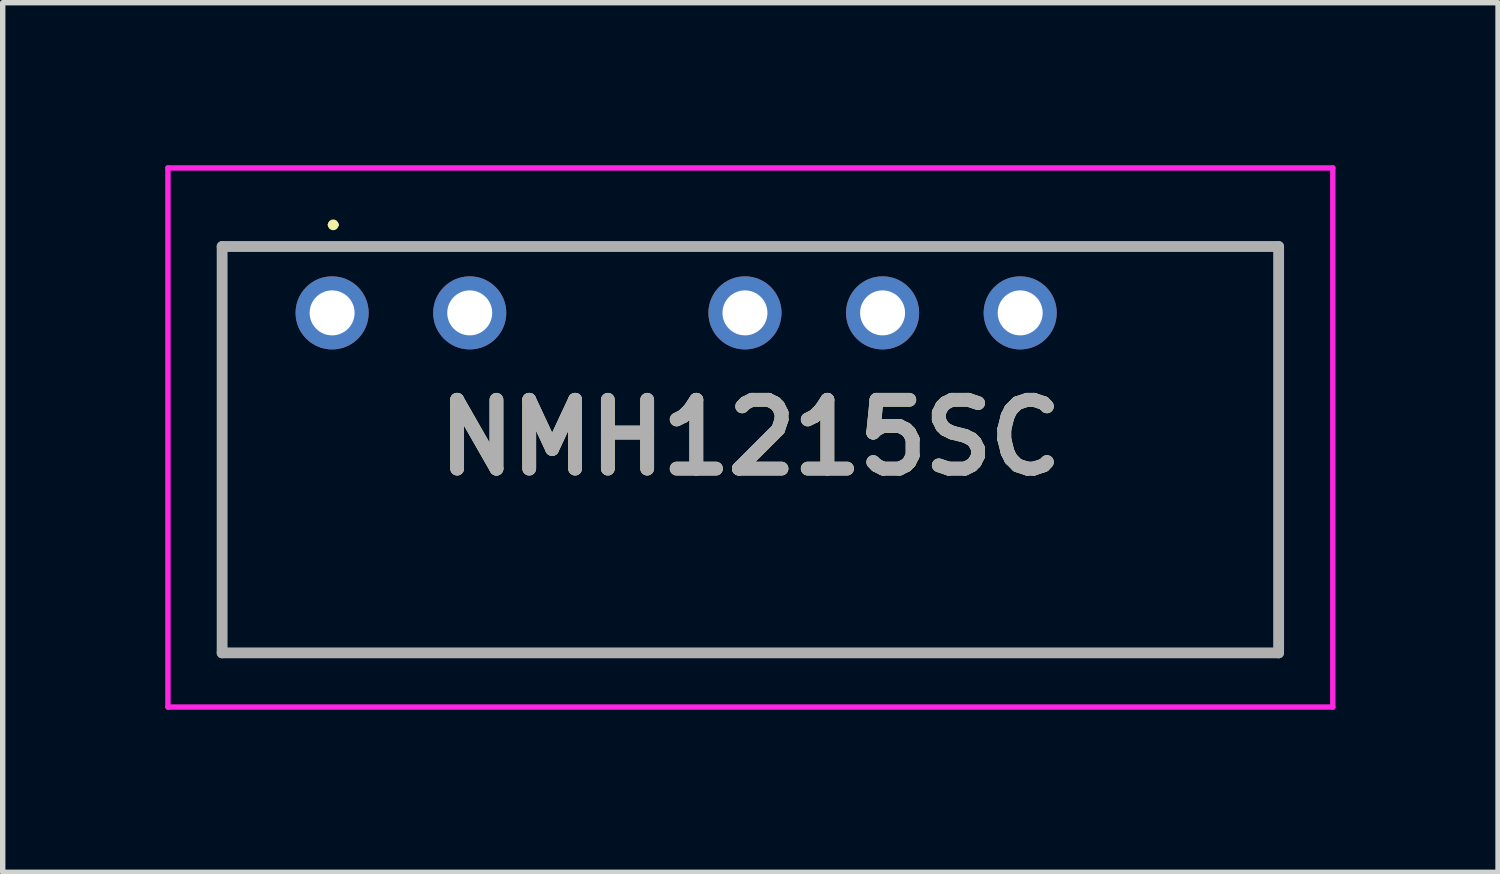
<source format=kicad_pcb>
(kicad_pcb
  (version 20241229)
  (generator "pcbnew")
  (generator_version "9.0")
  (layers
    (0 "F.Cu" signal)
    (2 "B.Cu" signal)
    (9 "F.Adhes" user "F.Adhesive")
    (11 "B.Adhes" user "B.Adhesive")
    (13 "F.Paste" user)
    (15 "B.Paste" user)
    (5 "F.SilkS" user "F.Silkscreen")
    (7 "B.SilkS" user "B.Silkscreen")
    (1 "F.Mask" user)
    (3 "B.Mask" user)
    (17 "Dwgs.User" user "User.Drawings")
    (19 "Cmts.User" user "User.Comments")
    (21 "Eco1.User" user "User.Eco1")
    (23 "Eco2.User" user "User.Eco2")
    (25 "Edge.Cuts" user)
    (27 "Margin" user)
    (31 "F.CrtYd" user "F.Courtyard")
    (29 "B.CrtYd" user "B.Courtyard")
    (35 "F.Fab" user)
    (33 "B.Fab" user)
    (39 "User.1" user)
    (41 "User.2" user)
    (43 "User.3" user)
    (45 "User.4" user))
  (footprint "NMH1215SC"
    (layer "F.Cu")
    (at 1.05 1.5)
    (property "Reference" "NMH1215SC" (at 9.75 3.525 0) (layer "F.SilkS") (effects (font (size 1.27 1.27) (thickness 0.254))))
    (attr through_hole)
    (fp_line (start 0 0) (end 19.5 0) (stroke (width 0.1) (type solid)) (layer "F.SilkS"))
    (fp_line (start 0 7.5) (end 0 0) (stroke (width 0.1) (type solid)) (layer "F.SilkS"))
    (fp_line (start 2 -0.4) (end 2 -0.4) (stroke (width 0.1) (type solid)) (layer "F.SilkS"))
    (fp_line (start 2.1 -0.4) (end 2.1 -0.4) (stroke (width 0.1) (type solid)) (layer "F.SilkS"))
    (fp_line (start 19.5 0) (end 19.5 7.5) (stroke (width 0.1) (type solid)) (layer "F.SilkS"))
    (fp_line (start 19.5 7.5) (end 0 7.5) (stroke (width 0.1) (type solid)) (layer "F.SilkS"))
    (fp_arc (start 2 -0.4) (mid 2.05 -0.45) (end 2.1 -0.4) (stroke (width 0.1) (type solid)) (layer "F.SilkS"))
    (fp_arc (start 2.1 -0.4) (mid 2.05 -0.35) (end 2 -0.4) (stroke (width 0.1) (type solid)) (layer "F.SilkS"))
    (fp_line (start -1 -1.45) (end 20.5 -1.45) (stroke (width 0.1) (type solid)) (layer "F.CrtYd"))
    (fp_line (start -1 8.5) (end -1 -1.45) (stroke (width 0.1) (type solid)) (layer "F.CrtYd"))
    (fp_line (start 20.5 -1.45) (end 20.5 8.5) (stroke (width 0.1) (type solid)) (layer "F.CrtYd"))
    (fp_line (start 20.5 8.5) (end -1 8.5) (stroke (width 0.1) (type solid)) (layer "F.CrtYd"))
    (fp_line (start 0 0) (end 19.5 0) (stroke (width 0.2) (type solid)) (layer "F.Fab"))
    (fp_line (start 0 7.5) (end 0 0) (stroke (width 0.2) (type solid)) (layer "F.Fab"))
    (fp_line (start 19.5 0) (end 19.5 7.5) (stroke (width 0.2) (type solid)) (layer "F.Fab"))
    (fp_line (start 19.5 7.5) (end 0 7.5) (stroke (width 0.2) (type solid)) (layer "F.Fab"))
    (fp_text user "${REFERENCE}" (at 9.75 3.525 0) (layer "F.Fab") (effects (font (size 1.27 1.27) (thickness 0.254))))
    (pad "1" thru_hole circle (at 2.03 1.225) (size 1.349 1.349) (drill 0.83) (layers "*.Cu" "*.Mask"))
    (pad "2" thru_hole circle (at 4.57 1.225) (size 1.349 1.349) (drill 0.83) (layers "*.Cu" "*.Mask"))
    (pad "3" thru_hole circle (at 9.65 1.225) (size 1.349 1.349) (drill 0.83) (layers "*.Cu" "*.Mask"))
    (pad "4" thru_hole circle (at 12.19 1.225) (size 1.349 1.349) (drill 0.83) (layers "*.Cu" "*.Mask"))
    (pad "5" thru_hole circle (at 14.73 1.225) (size 1.349 1.349) (drill 0.83) (layers "*.Cu" "*.Mask")))
  (gr_rect
    (start -3 -3)
    (end 24.6 13.05)
    (stroke (width 0.1) (type default))
    (fill no)
    (layer "Edge.Cuts")))
</source>
